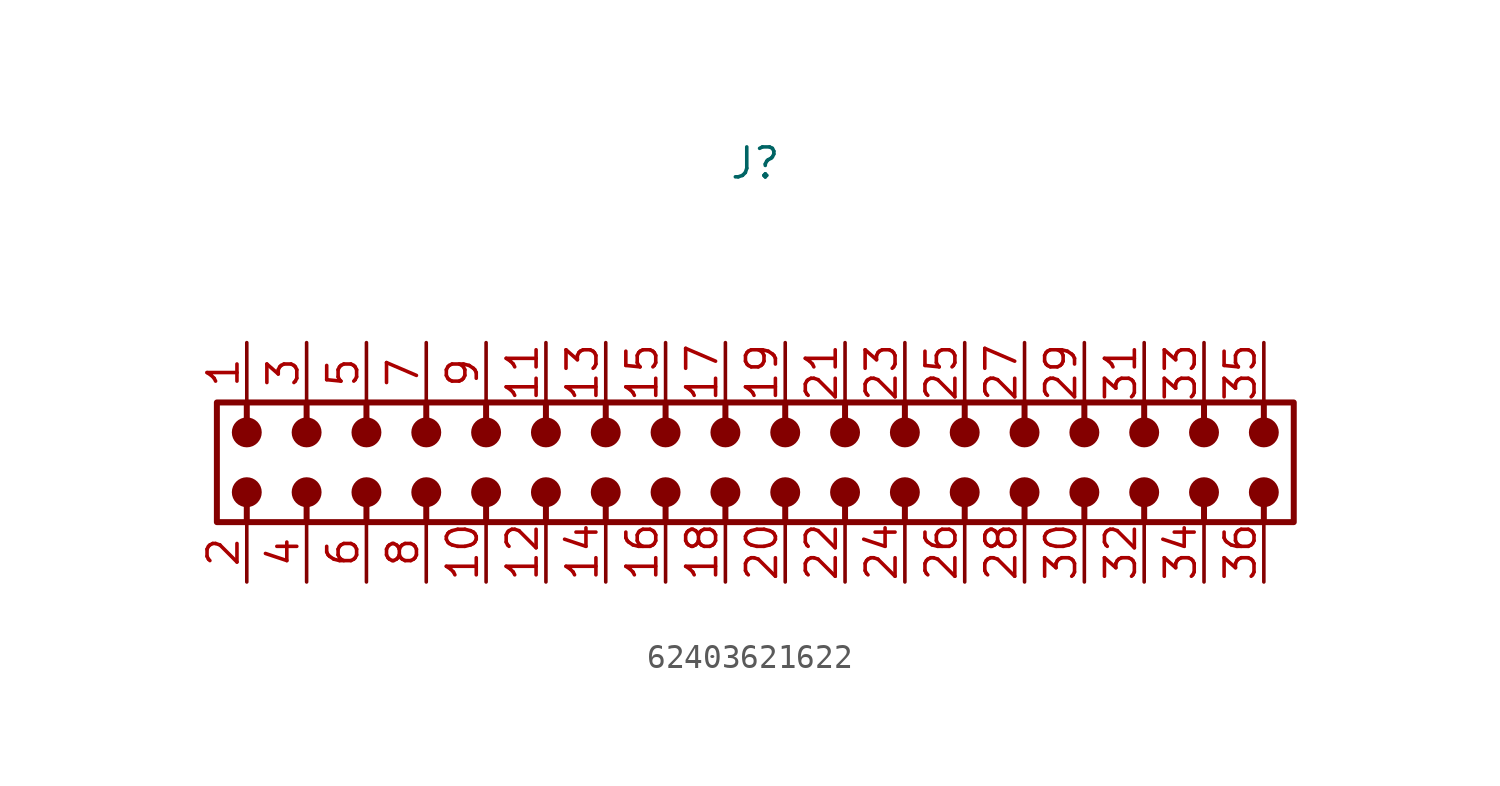
<source format=kicad_sym>
(kicad_symbol_lib
  (version 20241209)
  (generator "kicad_symbol_editor")
  (generator_version "9.0")
  (symbol "62403621622"
    (pin_names
      (hide yes))
    (property "Reference" "J"
      (at 0 12.7 0)
      (effects (font (size 1.27 1.27))))
    (symbol "62403621622_1_1"
      (rectangle (start -22.86 2.54) (end 22.86 -2.54) (stroke (width 0.254) (type solid)) (fill (type none)))
      (polyline (pts (xy -21.59 1.778) (xy -21.59 2.54)) (stroke (width 0.254) (type solid)) (fill (type none)))
      (circle (center -21.59 1.27) (radius 0.508) (stroke (width 0.254) (type solid)) (fill (type outline)))
      (circle (center -21.59 -1.27) (radius 0.508) (stroke (width 0.254) (type solid)) (fill (type outline)))
      (polyline (pts (xy -21.59 -1.778) (xy -21.59 -2.54)) (stroke (width 0.254) (type solid)) (fill (type none)))
      (polyline (pts (xy -19.05 1.778) (xy -19.05 2.54)) (stroke (width 0.254) (type solid)) (fill (type none)))
      (circle (center -19.05 1.27) (radius 0.508) (stroke (width 0.254) (type solid)) (fill (type outline)))
      (circle (center -19.05 -1.27) (radius 0.508) (stroke (width 0.254) (type solid)) (fill (type outline)))
      (polyline (pts (xy -19.05 -1.778) (xy -19.05 -2.54)) (stroke (width 0.254) (type solid)) (fill (type none)))
      (polyline (pts (xy -16.51 1.778) (xy -16.51 2.54)) (stroke (width 0.254) (type solid)) (fill (type none)))
      (circle (center -16.51 1.27) (radius 0.508) (stroke (width 0.254) (type solid)) (fill (type outline)))
      (circle (center -16.51 -1.27) (radius 0.508) (stroke (width 0.254) (type solid)) (fill (type outline)))
      (polyline (pts (xy -16.51 -1.778) (xy -16.51 -2.54)) (stroke (width 0.254) (type solid)) (fill (type none)))
      (polyline (pts (xy -13.97 1.778) (xy -13.97 2.54)) (stroke (width 0.254) (type solid)) (fill (type none)))
      (circle (center -13.97 1.27) (radius 0.508) (stroke (width 0.254) (type solid)) (fill (type outline)))
      (circle (center -13.97 -1.27) (radius 0.508) (stroke (width 0.254) (type solid)) (fill (type outline)))
      (polyline (pts (xy -13.97 -1.778) (xy -13.97 -2.54)) (stroke (width 0.254) (type solid)) (fill (type none)))
      (polyline (pts (xy -11.43 1.778) (xy -11.43 2.54)) (stroke (width 0.254) (type solid)) (fill (type none)))
      (circle (center -11.43 1.27) (radius 0.508) (stroke (width 0.254) (type solid)) (fill (type outline)))
      (circle (center -11.43 -1.27) (radius 0.508) (stroke (width 0.254) (type solid)) (fill (type outline)))
      (polyline (pts (xy -11.43 -1.778) (xy -11.43 -2.54)) (stroke (width 0.254) (type solid)) (fill (type none)))
      (polyline (pts (xy -8.89 1.778) (xy -8.89 2.54)) (stroke (width 0.254) (type solid)) (fill (type none)))
      (circle (center -8.89 1.27) (radius 0.508) (stroke (width 0.254) (type solid)) (fill (type outline)))
      (circle (center -8.89 -1.27) (radius 0.508) (stroke (width 0.254) (type solid)) (fill (type outline)))
      (polyline (pts (xy -8.89 -1.778) (xy -8.89 -2.54)) (stroke (width 0.254) (type solid)) (fill (type none)))
      (polyline (pts (xy -6.35 1.778) (xy -6.35 2.54)) (stroke (width 0.254) (type solid)) (fill (type none)))
      (circle (center -6.35 1.27) (radius 0.508) (stroke (width 0.254) (type solid)) (fill (type outline)))
      (circle (center -6.35 -1.27) (radius 0.508) (stroke (width 0.254) (type solid)) (fill (type outline)))
      (polyline (pts (xy -6.35 -1.778) (xy -6.35 -2.54)) (stroke (width 0.254) (type solid)) (fill (type none)))
      (polyline (pts (xy -3.81 1.778) (xy -3.81 2.54)) (stroke (width 0.254) (type solid)) (fill (type none)))
      (circle (center -3.81 1.27) (radius 0.508) (stroke (width 0.254) (type solid)) (fill (type outline)))
      (circle (center -3.81 -1.27) (radius 0.508) (stroke (width 0.254) (type solid)) (fill (type outline)))
      (polyline (pts (xy -3.81 -1.778) (xy -3.81 -2.54)) (stroke (width 0.254) (type solid)) (fill (type none)))
      (polyline (pts (xy -1.27 1.778) (xy -1.27 2.54)) (stroke (width 0.254) (type solid)) (fill (type none)))
      (circle (center -1.27 1.27) (radius 0.508) (stroke (width 0.254) (type solid)) (fill (type outline)))
      (circle (center -1.27 -1.27) (radius 0.508) (stroke (width 0.254) (type solid)) (fill (type outline)))
      (polyline (pts (xy -1.27 -1.778) (xy -1.27 -2.54)) (stroke (width 0.254) (type solid)) (fill (type none)))
      (polyline (pts (xy 1.27 1.778) (xy 1.27 2.54)) (stroke (width 0.254) (type solid)) (fill (type none)))
      (circle (center 1.27 1.27) (radius 0.508) (stroke (width 0.254) (type solid)) (fill (type outline)))
      (circle (center 1.27 -1.27) (radius 0.508) (stroke (width 0.254) (type solid)) (fill (type outline)))
      (polyline (pts (xy 1.27 -1.778) (xy 1.27 -2.54)) (stroke (width 0.254) (type solid)) (fill (type none)))
      (polyline (pts (xy 3.81 1.778) (xy 3.81 2.54)) (stroke (width 0.254) (type solid)) (fill (type none)))
      (circle (center 3.81 1.27) (radius 0.508) (stroke (width 0.254) (type solid)) (fill (type outline)))
      (circle (center 3.81 -1.27) (radius 0.508) (stroke (width 0.254) (type solid)) (fill (type outline)))
      (polyline (pts (xy 3.81 -1.778) (xy 3.81 -2.54)) (stroke (width 0.254) (type solid)) (fill (type none)))
      (polyline (pts (xy 6.35 1.778) (xy 6.35 2.54)) (stroke (width 0.254) (type solid)) (fill (type none)))
      (circle (center 6.35 1.27) (radius 0.508) (stroke (width 0.254) (type solid)) (fill (type outline)))
      (circle (center 6.35 -1.27) (radius 0.508) (stroke (width 0.254) (type solid)) (fill (type outline)))
      (polyline (pts (xy 6.35 -1.778) (xy 6.35 -2.54)) (stroke (width 0.254) (type solid)) (fill (type none)))
      (polyline (pts (xy 8.89 1.778) (xy 8.89 2.54)) (stroke (width 0.254) (type solid)) (fill (type none)))
      (circle (center 8.89 1.27) (radius 0.508) (stroke (width 0.254) (type solid)) (fill (type outline)))
      (circle (center 8.89 -1.27) (radius 0.508) (stroke (width 0.254) (type solid)) (fill (type outline)))
      (polyline (pts (xy 8.89 -1.778) (xy 8.89 -2.54)) (stroke (width 0.254) (type solid)) (fill (type none)))
      (polyline (pts (xy 11.43 1.778) (xy 11.43 2.54)) (stroke (width 0.254) (type solid)) (fill (type none)))
      (circle (center 11.43 1.27) (radius 0.508) (stroke (width 0.254) (type solid)) (fill (type outline)))
      (circle (center 11.43 -1.27) (radius 0.508) (stroke (width 0.254) (type solid)) (fill (type outline)))
      (polyline (pts (xy 11.43 -1.778) (xy 11.43 -2.54)) (stroke (width 0.254) (type solid)) (fill (type none)))
      (polyline (pts (xy 13.97 1.778) (xy 13.97 2.54)) (stroke (width 0.254) (type solid)) (fill (type none)))
      (circle (center 13.97 1.27) (radius 0.508) (stroke (width 0.254) (type solid)) (fill (type outline)))
      (circle (center 13.97 -1.27) (radius 0.508) (stroke (width 0.254) (type solid)) (fill (type outline)))
      (polyline (pts (xy 13.97 -1.778) (xy 13.97 -2.54)) (stroke (width 0.254) (type solid)) (fill (type none)))
      (polyline (pts (xy 16.51 1.778) (xy 16.51 2.54)) (stroke (width 0.254) (type solid)) (fill (type none)))
      (circle (center 16.51 1.27) (radius 0.508) (stroke (width 0.254) (type solid)) (fill (type outline)))
      (circle (center 16.51 -1.27) (radius 0.508) (stroke (width 0.254) (type solid)) (fill (type outline)))
      (polyline (pts (xy 16.51 -1.778) (xy 16.51 -2.54)) (stroke (width 0.254) (type solid)) (fill (type none)))
      (polyline (pts (xy 19.05 1.778) (xy 19.05 2.54)) (stroke (width 0.254) (type solid)) (fill (type none)))
      (circle (center 19.05 1.27) (radius 0.508) (stroke (width 0.254) (type solid)) (fill (type outline)))
      (circle (center 19.05 -1.27) (radius 0.508) (stroke (width 0.254) (type solid)) (fill (type outline)))
      (polyline (pts (xy 19.05 -1.778) (xy 19.05 -2.54)) (stroke (width 0.254) (type solid)) (fill (type none)))
      (polyline (pts (xy 21.59 1.778) (xy 21.59 2.54)) (stroke (width 0.254) (type solid)) (fill (type none)))
      (circle (center 21.59 1.27) (radius 0.508) (stroke (width 0.254) (type solid)) (fill (type outline)))
      (circle (center 21.59 -1.27) (radius 0.508) (stroke (width 0.254) (type solid)) (fill (type outline)))
      (polyline (pts (xy 21.59 -1.778) (xy 21.59 -2.54)) (stroke (width 0.254) (type solid)) (fill (type none)))
      (pin passive line (at -21.59 5.08 270) (length 2.54) (name "1" (effects (font (size 1.27 1.27)))) (number "1" (effects (font (size 1.27 1.27)))))
      (pin passive line (at -21.59 -5.08 90) (length 2.54) (name "2" (effects (font (size 1.27 1.27)))) (number "2" (effects (font (size 1.27 1.27)))))
      (pin passive line (at -19.05 5.08 270) (length 2.54) (name "3" (effects (font (size 1.27 1.27)))) (number "3" (effects (font (size 1.27 1.27)))))
      (pin passive line (at -19.05 -5.08 90) (length 2.54) (name "4" (effects (font (size 1.27 1.27)))) (number "4" (effects (font (size 1.27 1.27)))))
      (pin passive line (at -16.51 5.08 270) (length 2.54) (name "5" (effects (font (size 1.27 1.27)))) (number "5" (effects (font (size 1.27 1.27)))))
      (pin passive line (at -16.51 -5.08 90) (length 2.54) (name "6" (effects (font (size 1.27 1.27)))) (number "6" (effects (font (size 1.27 1.27)))))
      (pin passive line (at -13.97 5.08 270) (length 2.54) (name "7" (effects (font (size 1.27 1.27)))) (number "7" (effects (font (size 1.27 1.27)))))
      (pin passive line (at -13.97 -5.08 90) (length 2.54) (name "8" (effects (font (size 1.27 1.27)))) (number "8" (effects (font (size 1.27 1.27)))))
      (pin passive line (at -11.43 5.08 270) (length 2.54) (name "9" (effects (font (size 1.27 1.27)))) (number "9" (effects (font (size 1.27 1.27)))))
      (pin passive line (at -11.43 -5.08 90) (length 2.54) (name "10" (effects (font (size 1.27 1.27)))) (number "10" (effects (font (size 1.27 1.27)))))
      (pin passive line (at -8.89 5.08 270) (length 2.54) (name "11" (effects (font (size 1.27 1.27)))) (number "11" (effects (font (size 1.27 1.27)))))
      (pin passive line (at -8.89 -5.08 90) (length 2.54) (name "12" (effects (font (size 1.27 1.27)))) (number "12" (effects (font (size 1.27 1.27)))))
      (pin passive line (at -6.35 5.08 270) (length 2.54) (name "13" (effects (font (size 1.27 1.27)))) (number "13" (effects (font (size 1.27 1.27)))))
      (pin passive line (at -6.35 -5.08 90) (length 2.54) (name "14" (effects (font (size 1.27 1.27)))) (number "14" (effects (font (size 1.27 1.27)))))
      (pin passive line (at -3.81 5.08 270) (length 2.54) (name "15" (effects (font (size 1.27 1.27)))) (number "15" (effects (font (size 1.27 1.27)))))
      (pin passive line (at -3.81 -5.08 90) (length 2.54) (name "16" (effects (font (size 1.27 1.27)))) (number "16" (effects (font (size 1.27 1.27)))))
      (pin passive line (at -1.27 5.08 270) (length 2.54) (name "17" (effects (font (size 1.27 1.27)))) (number "17" (effects (font (size 1.27 1.27)))))
      (pin passive line (at -1.27 -5.08 90) (length 2.54) (name "18" (effects (font (size 1.27 1.27)))) (number "18" (effects (font (size 1.27 1.27)))))
      (pin passive line (at 1.27 5.08 270) (length 2.54) (name "19" (effects (font (size 1.27 1.27)))) (number "19" (effects (font (size 1.27 1.27)))))
      (pin passive line (at 1.27 -5.08 90) (length 2.54) (name "20" (effects (font (size 1.27 1.27)))) (number "20" (effects (font (size 1.27 1.27)))))
      (pin passive line (at 3.81 5.08 270) (length 2.54) (name "21" (effects (font (size 1.27 1.27)))) (number "21" (effects (font (size 1.27 1.27)))))
      (pin passive line (at 3.81 -5.08 90) (length 2.54) (name "22" (effects (font (size 1.27 1.27)))) (number "22" (effects (font (size 1.27 1.27)))))
      (pin passive line (at 6.35 5.08 270) (length 2.54) (name "23" (effects (font (size 1.27 1.27)))) (number "23" (effects (font (size 1.27 1.27)))))
      (pin passive line (at 6.35 -5.08 90) (length 2.54) (name "24" (effects (font (size 1.27 1.27)))) (number "24" (effects (font (size 1.27 1.27)))))
      (pin passive line (at 8.89 5.08 270) (length 2.54) (name "25" (effects (font (size 1.27 1.27)))) (number "25" (effects (font (size 1.27 1.27)))))
      (pin passive line (at 8.89 -5.08 90) (length 2.54) (name "26" (effects (font (size 1.27 1.27)))) (number "26" (effects (font (size 1.27 1.27)))))
      (pin passive line (at 11.43 5.08 270) (length 2.54) (name "27" (effects (font (size 1.27 1.27)))) (number "27" (effects (font (size 1.27 1.27)))))
      (pin passive line (at 11.43 -5.08 90) (length 2.54) (name "28" (effects (font (size 1.27 1.27)))) (number "28" (effects (font (size 1.27 1.27)))))
      (pin passive line (at 13.97 5.08 270) (length 2.54) (name "29" (effects (font (size 1.27 1.27)))) (number "29" (effects (font (size 1.27 1.27)))))
      (pin passive line (at 13.97 -5.08 90) (length 2.54) (name "30" (effects (font (size 1.27 1.27)))) (number "30" (effects (font (size 1.27 1.27)))))
      (pin passive line (at 16.51 5.08 270) (length 2.54) (name "31" (effects (font (size 1.27 1.27)))) (number "31" (effects (font (size 1.27 1.27)))))
      (pin passive line (at 16.51 -5.08 90) (length 2.54) (name "32" (effects (font (size 1.27 1.27)))) (number "32" (effects (font (size 1.27 1.27)))))
      (pin passive line (at 19.05 5.08 270) (length 2.54) (name "33" (effects (font (size 1.27 1.27)))) (number "33" (effects (font (size 1.27 1.27)))))
      (pin passive line (at 19.05 -5.08 90) (length 2.54) (name "34" (effects (font (size 1.27 1.27)))) (number "34" (effects (font (size 1.27 1.27)))))
      (pin passive line (at 21.59 5.08 270) (length 2.54) (name "35" (effects (font (size 1.27 1.27)))) (number "35" (effects (font (size 1.27 1.27)))))
      (pin passive line (at 21.59 -5.08 90) (length 2.54) (name "36" (effects (font (size 1.27 1.27)))) (number "36" (effects (font (size 1.27 1.27))))))))
</source>
